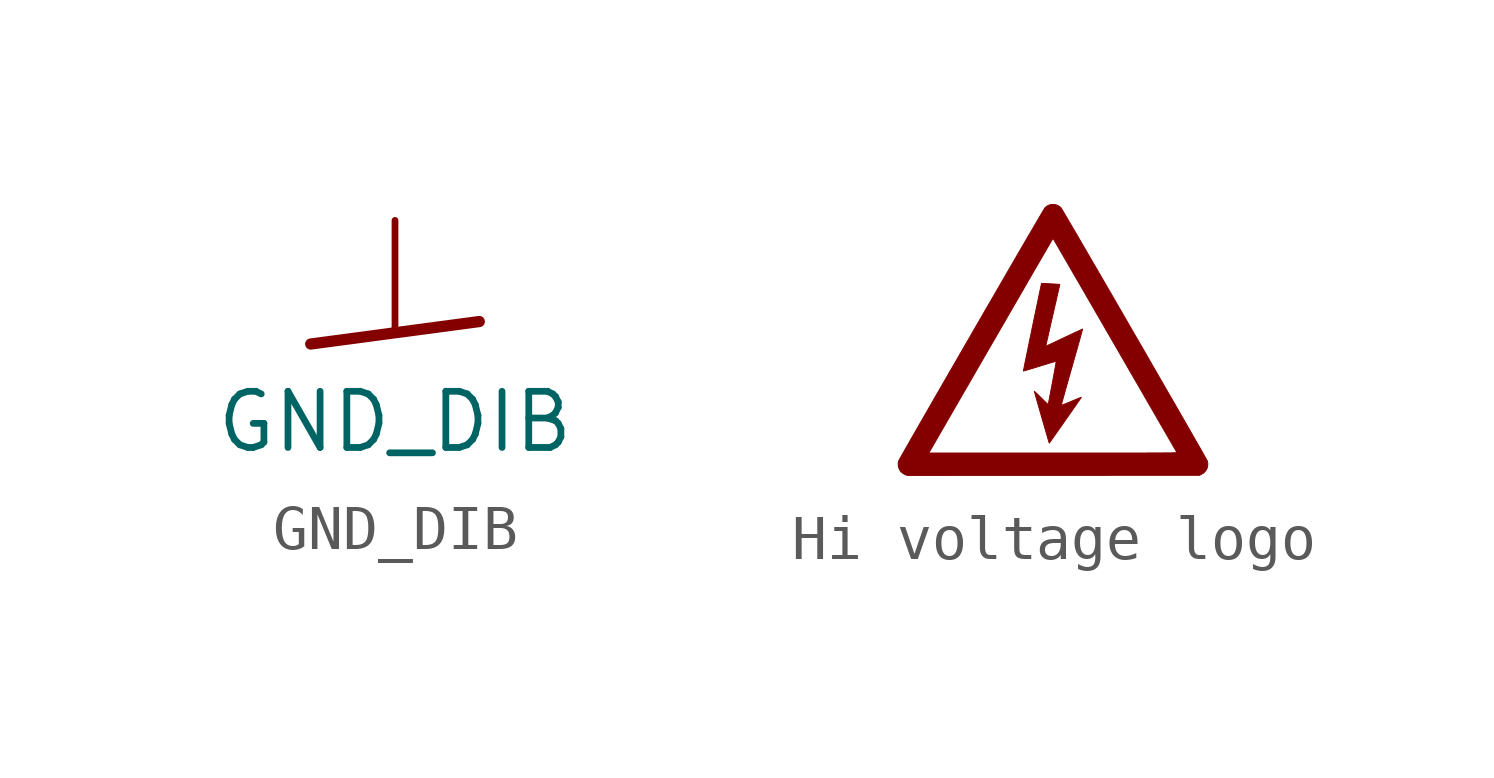
<source format=kicad_sym>
(kicad_symbol_lib
  (version 20241209)
  (generator "kicad_symbol_editor")
  (generator_version "9.0")
  (symbol "GND_DIB"
    (power)
    (property "Reference" "#GND_DIB"
      (at 0 0 0)
      (effects (font (size 1.27 1.27)) (hide yes)))
    (property "Value" "GND_DIB"
      (at 0 -1.27 0)
      (effects (font (size 1.27 1.27)) (justify top)))
    (property "ki_locked" ""
      (at 0 0 0)
      (effects (font (size 1.27 1.27))))
    (symbol "GND_DIB_1_0"
      (polyline (pts (xy -1.905 -0.254) (xy 1.905 0.254)) (stroke (width 0.254) (type solid)) (fill (type none)))
      (pin power_in line (at 0 2.54 270) (length 2.54) (name "GNDIO" (effects (font (size 0 0)))) (number "1" (effects (font (size 0 0)))))))
  (symbol "Hi voltage logo"
    (pin_names
      (offset 1.016))
    (property "Reference" "LOGO"
      (at 0 2.425 0)
      (effects (font (size 1.27 1.27)) (hide yes)))
    (symbol "Hi voltage logo_0_0"
      (polyline (pts (xy -0.084 -2.335) (xy -0.075 -2.323) (xy -0.059 -2.301) (xy -0.036 -2.269) (xy -0.007 -2.229) (xy 0.026 -2.182) (xy 0.064 -2.128) (xy 0.106 -2.069) (xy 0.15 -2.006) (xy 0.197 -1.94) (xy 0.244 -1.872) (xy 0.292 -1.803) (xy 0.34 -1.735) (xy 0.387 -1.667) (xy 0.433 -1.603) (xy 0.475 -1.541) (xy 0.515 -1.485) (xy 0.55 -1.434) (xy 0.581 -1.389) (xy 0.606 -1.353) (xy 0.625 -1.326) (xy 0.636 -1.308) (xy 0.64 -1.302) (xy 0.637 -1.302) (xy 0.622 -1.308) (xy 0.596 -1.317) (xy 0.561 -1.331) (xy 0.517 -1.349) (xy 0.468 -1.369) (xy 0.414 -1.392) (xy 0.381 -1.406) (xy 0.33 -1.427) (xy 0.284 -1.446) (xy 0.245 -1.461) (xy 0.215 -1.473) (xy 0.195 -1.48) (xy 0.188 -1.482) (xy 0.189 -1.478) (xy 0.193 -1.461) (xy 0.201 -1.431) (xy 0.212 -1.389) (xy 0.227 -1.336) (xy 0.244 -1.273) (xy 0.265 -1.2) (xy 0.287 -1.119) (xy 0.312 -1.031) (xy 0.339 -0.936) (xy 0.367 -0.835) (xy 0.397 -0.729) (xy 0.429 -0.619) (xy 0.451 -0.541) (xy 0.481 -0.434) (xy 0.51 -0.331) (xy 0.538 -0.234) (xy 0.563 -0.144) (xy 0.587 -0.061) (xy 0.608 0.014) (xy 0.626 0.08) (xy 0.642 0.136) (xy 0.654 0.181) (xy 0.663 0.214) (xy 0.669 0.235) (xy 0.67 0.242) (xy 0.67 0.242) (xy 0.662 0.239) (xy 0.641 0.23) (xy 0.61 0.215) (xy 0.569 0.196) (xy 0.518 0.173) (xy 0.461 0.146) (xy 0.397 0.116) (xy 0.327 0.083) (xy 0.254 0.049) (xy 0.246 0.045) (xy 0.173 0.011) (xy 0.104 -0.022) (xy 0.041 -0.052) (xy -0.016 -0.079) (xy -0.065 -0.102) (xy -0.106 -0.12) (xy -0.136 -0.134) (xy -0.155 -0.143) (xy -0.162 -0.146) (xy -0.162 -0.145) (xy -0.16 -0.132) (xy -0.154 -0.107) (xy -0.146 -0.069) (xy -0.135 -0.02) (xy -0.121 0.039) (xy -0.106 0.108) (xy -0.088 0.184) (xy -0.069 0.268) (xy -0.049 0.358) (xy -0.027 0.453) (xy -0.004 0.553) (xy 0.005 0.59) (xy 0.027 0.688) (xy 0.048 0.781) (xy 0.069 0.869) (xy 0.087 0.95) (xy 0.104 1.024) (xy 0.118 1.089) (xy 0.131 1.144) (xy 0.141 1.189) (xy 0.149 1.223) (xy 0.153 1.244) (xy 0.154 1.251) (xy 0.149 1.252) (xy 0.132 1.253) (xy 0.103 1.255) (xy 0.066 1.257) (xy 0.023 1.26) (xy -0.024 1.262) (xy -0.071 1.265) (xy -0.119 1.268) (xy -0.162 1.27) (xy -0.201 1.272) (xy -0.231 1.273) (xy -0.251 1.274) (xy -0.258 1.274) (xy -0.259 1.273) (xy -0.262 1.259) (xy -0.268 1.232) (xy -0.277 1.193) (xy -0.287 1.143) (xy -0.3 1.083) (xy -0.315 1.014) (xy -0.331 0.937) (xy -0.348 0.853) (xy -0.367 0.763) (xy -0.387 0.668) (xy -0.407 0.57) (xy -0.429 0.468) (xy -0.45 0.364) (xy -0.472 0.26) (xy -0.493 0.156) (xy -0.514 0.054) (xy -0.535 -0.047) (xy -0.555 -0.144) (xy -0.574 -0.237) (xy -0.592 -0.324) (xy -0.609 -0.405) (xy -0.624 -0.479) (xy -0.637 -0.544) (xy -0.648 -0.6) (xy -0.657 -0.645) (xy -0.664 -0.678) (xy -0.668 -0.7) (xy -0.669 -0.707) (xy -0.668 -0.707) (xy -0.656 -0.704) (xy -0.631 -0.698) (xy -0.596 -0.688) (xy -0.55 -0.674) (xy -0.496 -0.658) (xy -0.436 -0.64) (xy -0.369 -0.619) (xy -0.298 -0.598) (xy -0.275 -0.59) (xy -0.205 -0.569) (xy -0.141 -0.549) (xy -0.082 -0.531) (xy -0.031 -0.516) (xy 0.012 -0.504) (xy 0.044 -0.494) (xy 0.065 -0.489) (xy 0.072 -0.488) (xy 0.072 -0.493) (xy 0.069 -0.512) (xy 0.064 -0.542) (xy 0.057 -0.583) (xy 0.048 -0.633) (xy 0.037 -0.691) (xy 0.026 -0.755) (xy 0.013 -0.823) (xy 0.0001 -0.894) (xy -0.013 -0.967) (xy -0.027 -1.04) (xy -0.041 -1.112) (xy -0.054 -1.181) (xy -0.066 -1.246) (xy -0.077 -1.305) (xy -0.087 -1.357) (xy -0.096 -1.4) (xy -0.103 -1.433) (xy -0.107 -1.454) (xy -0.11 -1.463) (xy -0.11 -1.462) (xy -0.118 -1.456) (xy -0.135 -1.44) (xy -0.16 -1.417) (xy -0.191 -1.387) (xy -0.226 -1.352) (xy -0.265 -1.314) (xy -0.275 -1.304) (xy -0.313 -1.266) (xy -0.348 -1.232) (xy -0.377 -1.204) (xy -0.4 -1.183) (xy -0.415 -1.169) (xy -0.421 -1.165) (xy -0.421 -1.167) (xy -0.417 -1.181) (xy -0.41 -1.208) (xy -0.4 -1.246) (xy -0.386 -1.295) (xy -0.369 -1.354) (xy -0.35 -1.421) (xy -0.329 -1.495) (xy -0.306 -1.576) (xy -0.281 -1.662) (xy -0.255 -1.752) (xy -0.243 -1.796) (xy -0.217 -1.885) (xy -0.193 -1.968) (xy -0.17 -2.046) (xy -0.15 -2.116) (xy -0.131 -2.179) (xy -0.116 -2.233) (xy -0.103 -2.276) (xy -0.093 -2.309) (xy -0.087 -2.329) (xy -0.085 -2.336) (xy -0.084 -2.335)) (stroke (width 0.01) (type default)) (fill (type outline)))
      (polyline (pts (xy 0.008 -3.066) (xy 3.311 -3.064) (xy 3.361 -3.039) (xy 3.363 -3.038) (xy 3.412 -3.006) (xy 3.451 -2.963) (xy 3.48 -2.914) (xy 3.496 -2.859) (xy 3.5 -2.801) (xy 3.49 -2.743) (xy 3.486 -2.734) (xy 3.474 -2.713) (xy 3.456 -2.68) (xy 3.431 -2.636) (xy 3.4 -2.581) (xy 3.363 -2.515) (xy 3.32 -2.439) (xy 3.271 -2.354) (xy 3.217 -2.26) (xy 3.159 -2.158) (xy 3.096 -2.048) (xy 3.029 -1.931) (xy 2.957 -1.806) (xy 2.882 -1.676) (xy 2.804 -1.539) (xy 2.722 -1.397) (xy 2.637 -1.251) (xy 2.55 -1.1) (xy 2.461 -0.945) (xy 2.37 -0.787) (xy 2.277 -0.626) (xy 2.183 -0.463) (xy 2.088 -0.297) (xy 1.992 -0.131) (xy 1.895 0.036) (xy 1.798 0.203) (xy 1.702 0.37) (xy 1.606 0.536) (xy 1.51 0.701) (xy 1.416 0.865) (xy 1.323 1.026) (xy 1.231 1.184) (xy 1.141 1.339) (xy 1.054 1.49) (xy 0.969 1.636) (xy 0.886 1.778) (xy 0.807 1.915) (xy 0.731 2.046) (xy 0.658 2.17) (xy 0.59 2.288) (xy 0.526 2.398) (xy 0.466 2.5) (xy 0.411 2.594) (xy 0.361 2.68) (xy 0.317 2.755) (xy 0.278 2.821) (xy 0.245 2.877) (xy 0.219 2.921) (xy 0.199 2.954) (xy 0.186 2.975) (xy 0.18 2.984) (xy 0.165 2.998) (xy 0.136 3.019) (xy 0.106 3.036) (xy 0.085 3.046) (xy 0.062 3.052) (xy 0.035 3.056) (xy 0 3.057) (xy -0.03 3.056) (xy -0.058 3.053) (xy -0.081 3.047) (xy -0.106 3.036) (xy -0.124 3.027) (xy -0.155 3.006) (xy -0.18 2.984) (xy -0.185 2.977) (xy -0.198 2.956) (xy -0.217 2.924) (xy -0.243 2.881) (xy -0.275 2.826) (xy -0.314 2.761) (xy -0.357 2.686) (xy -0.407 2.602) (xy -0.461 2.508) (xy -0.521 2.407) (xy -0.585 2.297) (xy -0.653 2.18) (xy -0.725 2.056) (xy -0.801 1.926) (xy -0.88 1.79) (xy -0.962 1.648) (xy -1.047 1.502) (xy -1.134 1.351) (xy -1.224 1.196) (xy -1.315 1.038) (xy -1.408 0.878) (xy -1.503 0.715) (xy -1.598 0.55) (xy -1.694 0.384) (xy -1.791 0.217) (xy -1.887 0.049) (xy -1.984 -0.118) (xy -2.08 -0.284) (xy -2.175 -0.449) (xy -2.27 -0.613) (xy -2.363 -0.774) (xy -2.454 -0.932) (xy -2.543 -1.087) (xy -2.631 -1.238) (xy -2.715 -1.385) (xy -2.797 -1.528) (xy -2.876 -1.665) (xy -2.951 -1.796) (xy -3.023 -1.921) (xy -3.091 -2.039) (xy -3.154 -2.15) (xy -3.213 -2.252) (xy -3.267 -2.347) (xy -3.316 -2.433) (xy -3.36 -2.509) (xy -3.388 -2.56) (xy -2.807 -2.56) (xy -2.786 -2.524) (xy -2.675 -2.333) (xy -2.556 -2.125) (xy -2.436 -1.918) (xy -2.317 -1.712) (xy -2.198 -1.506) (xy -2.08 -1.301) (xy -1.962 -1.098) (xy -1.846 -0.897) (xy -1.731 -0.698) (xy -1.618 -0.503) (xy -1.507 -0.31) (xy -1.398 -0.121) (xy -1.291 0.063) (xy -1.187 0.243) (xy -1.085 0.419) (xy -0.987 0.589) (xy -0.892 0.754) (xy -0.8 0.912) (xy -0.712 1.064) (xy -0.628 1.209) (xy -0.549 1.347) (xy -0.473 1.477) (xy -0.403 1.599) (xy -0.337 1.712) (xy -0.276 1.817) (xy -0.221 1.912) (xy -0.171 1.998) (xy -0.128 2.073) (xy -0.09 2.138) (xy -0.058 2.192) (xy -0.033 2.235) (xy -0.015 2.266) (xy -0.004 2.285) (xy -0.0001 2.292) (xy 0.001 2.29) (xy 0.008 2.278) (xy 0.023 2.253) (xy 0.044 2.217) (xy 0.072 2.169) (xy 0.106 2.111) (xy 0.146 2.042) (xy 0.192 1.963) (xy 0.243 1.874) (xy 0.3 1.776) (xy 0.362 1.669) (xy 0.428 1.555) (xy 0.499 1.432) (xy 0.575 1.302) (xy 0.654 1.165) (xy 0.737 1.022) (xy 0.823 0.873) (xy 0.913 0.718) (xy 1.005 0.558) (xy 1.101 0.393) (xy 1.198 0.224) (xy 1.298 0.052) (xy 1.399 -0.124) (xy 1.446 -0.204) (xy 1.547 -0.379) (xy 1.646 -0.55) (xy 1.742 -0.717) (xy 1.836 -0.88) (xy 1.928 -1.038) (xy 2.016 -1.191) (xy 2.101 -1.338) (xy 2.182 -1.479) (xy 2.26 -1.613) (xy 2.333 -1.74) (xy 2.402 -1.86) (xy 2.467 -1.971) (xy 2.526 -2.075) (xy 2.581 -2.169) (xy 2.63 -2.254) (xy 2.674 -2.329) (xy 2.711 -2.394) (xy 2.743 -2.449) (xy 2.768 -2.492) (xy 2.786 -2.523) (xy 2.797 -2.543) (xy 2.801 -2.55) (xy 2.801 -2.551) (xy 2.797 -2.551) (xy 2.788 -2.552) (xy 2.776 -2.553) (xy 2.757 -2.554) (xy 2.734 -2.554) (xy 2.705 -2.555) (xy 2.669 -2.556) (xy 2.627 -2.556) (xy 2.577 -2.557) (xy 2.52 -2.557) (xy 2.455 -2.558) (xy 2.382 -2.558) (xy 2.3 -2.558) (xy 2.208 -2.558) (xy 2.108 -2.559) (xy 1.997 -2.559) (xy 1.875 -2.559) (xy 1.743 -2.559) (xy 1.6 -2.56) (xy 1.445 -2.56) (xy 1.278 -2.56) (xy 1.099 -2.56) (xy 0.906 -2.56) (xy 0.701 -2.56) (xy 0.481 -2.56) (xy 0.248 -2.56) (xy 0.0002 -2.56) (xy -2.807 -2.56) (xy -3.388 -2.56) (xy -3.397 -2.576) (xy -3.429 -2.632) (xy -3.454 -2.677) (xy -3.473 -2.711) (xy -3.485 -2.733) (xy -3.49 -2.743) (xy -3.499 -2.791) (xy -3.497 -2.851) (xy -3.481 -2.909) (xy -3.452 -2.964) (xy -3.433 -2.987) (xy -3.391 -3.022) (xy -3.337 -3.05) (xy -3.295 -3.067) (xy 0.008 -3.066)) (stroke (width 0.01) (type default)) (fill (type outline))))))
</source>
